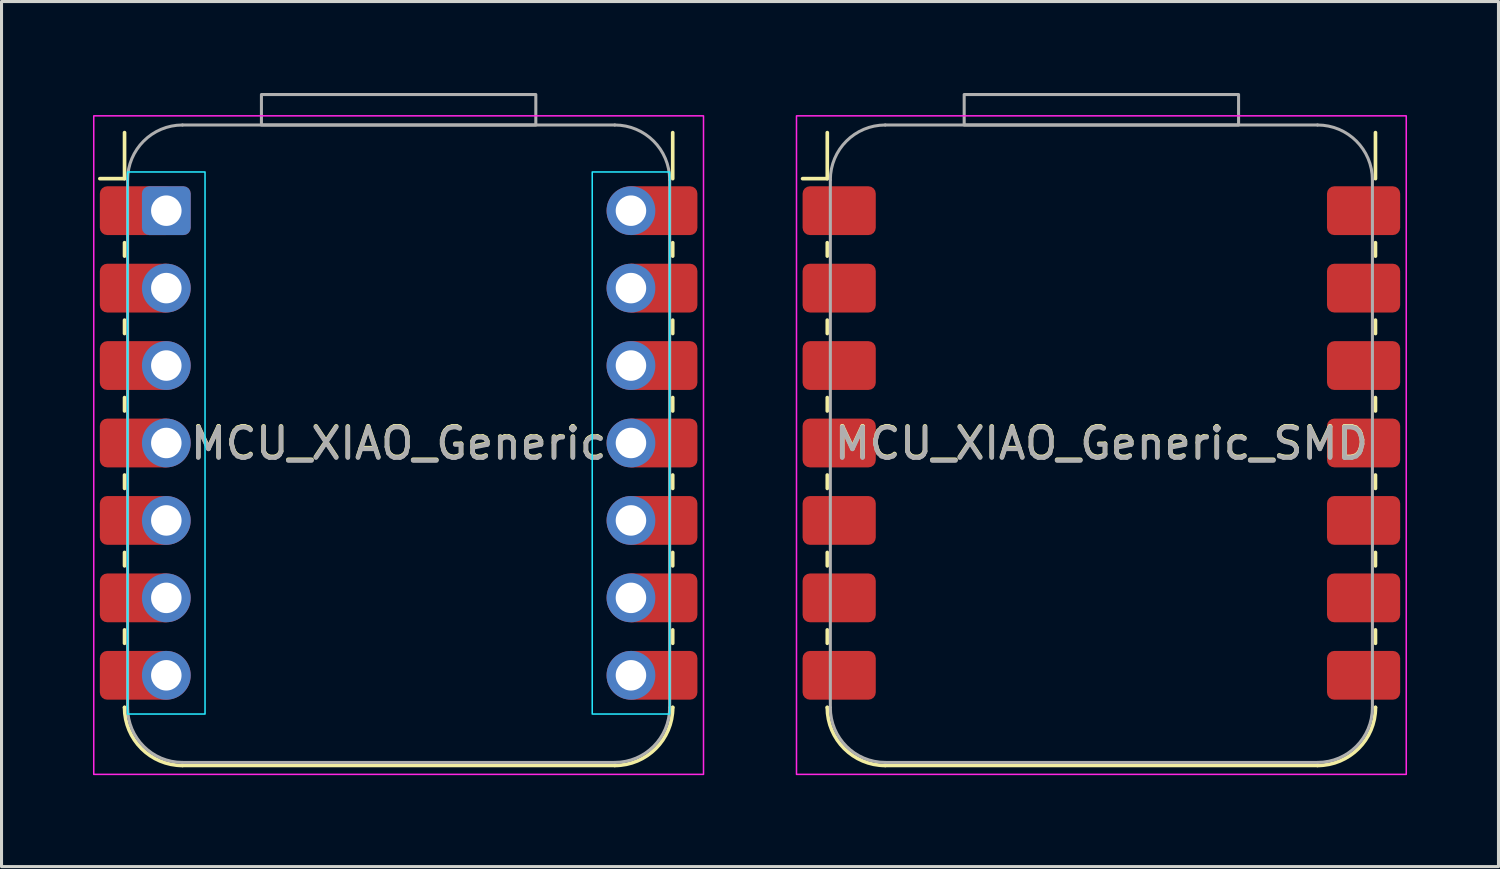
<source format=kicad_pcb>
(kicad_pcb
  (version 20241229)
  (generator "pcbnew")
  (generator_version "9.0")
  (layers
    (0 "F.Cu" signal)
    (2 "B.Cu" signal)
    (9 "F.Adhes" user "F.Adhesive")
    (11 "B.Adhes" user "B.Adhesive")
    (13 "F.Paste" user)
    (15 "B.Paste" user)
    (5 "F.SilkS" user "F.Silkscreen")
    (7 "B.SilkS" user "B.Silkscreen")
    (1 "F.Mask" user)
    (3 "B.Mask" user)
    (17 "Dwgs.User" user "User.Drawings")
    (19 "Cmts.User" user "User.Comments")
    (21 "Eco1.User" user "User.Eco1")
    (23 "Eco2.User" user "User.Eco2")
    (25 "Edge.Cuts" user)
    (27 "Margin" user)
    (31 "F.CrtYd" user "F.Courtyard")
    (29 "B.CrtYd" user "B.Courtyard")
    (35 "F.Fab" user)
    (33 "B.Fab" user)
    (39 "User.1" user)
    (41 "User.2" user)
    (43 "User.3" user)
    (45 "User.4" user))
  (footprint "MCU_XIAO_Generic"
    (layer "F.Cu")
    (at 10.025 3.86)
    (property "Reference" "MCU_XIAO_Generic" (at 0 7.62 0) (layer "F.SilkS") (effects (font (size 1 1) (thickness 0.15))))
    (attr through_hole exclude_from_pos_files exclude_from_bom)
    (fp_line (start -8.99 -1.05) (end -9.8 -1.05) (stroke (width 0.12) (type default)) (layer "F.SilkS"))
    (fp_line (start -8.99 -1.05) (end -8.99 -2.56) (stroke (width 0.12) (type default)) (layer "F.SilkS"))
    (fp_line (start -8.99 1.49) (end -8.99 1.05) (stroke (width 0.12) (type default)) (layer "F.SilkS"))
    (fp_line (start -8.99 4.03) (end -8.99 3.59) (stroke (width 0.12) (type default)) (layer "F.SilkS"))
    (fp_line (start -8.99 6.57) (end -8.99 6.13) (stroke (width 0.12) (type default)) (layer "F.SilkS"))
    (fp_line (start -8.99 9.11) (end -8.99 8.67) (stroke (width 0.12) (type default)) (layer "F.SilkS"))
    (fp_line (start -8.99 11.65) (end -8.99 11.21) (stroke (width 0.12) (type default)) (layer "F.SilkS"))
    (fp_line (start -8.99 13.75) (end -8.99 14.19) (stroke (width 0.12) (type default)) (layer "F.SilkS"))
    (fp_line (start -8.99 16.29) (end -8.99 16.297) (stroke (width 0.12) (type default)) (layer "F.SilkS"))
    (fp_line (start 7.09 18.197) (end -7.09 18.197) (stroke (width 0.12) (type default)) (layer "F.SilkS"))
    (fp_line (start 8.99 -1.05) (end 8.99 -2.56) (stroke (width 0.12) (type default)) (layer "F.SilkS"))
    (fp_line (start 8.99 1.49) (end 8.99 1.05) (stroke (width 0.12) (type default)) (layer "F.SilkS"))
    (fp_line (start 8.99 4.03) (end 8.99 3.59) (stroke (width 0.12) (type default)) (layer "F.SilkS"))
    (fp_line (start 8.99 6.57) (end 8.99 6.13) (stroke (width 0.12) (type default)) (layer "F.SilkS"))
    (fp_line (start 8.99 9.11) (end 8.99 8.67) (stroke (width 0.12) (type default)) (layer "F.SilkS"))
    (fp_line (start 8.99 11.65) (end 8.99 11.21) (stroke (width 0.12) (type default)) (layer "F.SilkS"))
    (fp_line (start 8.99 13.75) (end 8.99 14.19) (stroke (width 0.12) (type default)) (layer "F.SilkS"))
    (fp_line (start 8.99 16.29) (end 8.99 16.297) (stroke (width 0.12) (type default)) (layer "F.SilkS"))
    (fp_arc (start -7.09 18.197499) (mid -8.433503 17.641002) (end -8.99 16.2975) (stroke (width 0.12) (type default)) (layer "F.SilkS"))
    (fp_arc (start 8.989999 16.297499) (mid 8.433502 17.641002) (end 7.09 18.197499) (stroke (width 0.12) (type default)) (layer "F.SilkS"))
    (fp_rect (start -6.35 -1.27) (end -8.89 16.51) (stroke (width 0.05) (type default)) (fill no) (layer "B.CrtYd"))
    (fp_rect (start 8.89 -1.27) (end 6.35 16.51) (stroke (width 0.05) (type default)) (fill no) (layer "B.CrtYd"))
    (fp_rect (start -10 -3.11) (end 10 18.49) (stroke (width 0.05) (type solid)) (fill no) (layer "F.CrtYd"))
    (fp_line (start -8.89 16.297) (end -8.89 -1.01) (stroke (width 0.1) (type default)) (layer "F.Fab"))
    (fp_line (start -7.09 -2.81) (end 7.09 -2.81) (stroke (width 0.1) (type default)) (layer "F.Fab"))
    (fp_line (start 7.09 18.098) (end -7.09 18.098) (stroke (width 0.1) (type default)) (layer "F.Fab"))
    (fp_line (start 8.89 -1.01) (end 8.89 16.297) (stroke (width 0.1) (type default)) (layer "F.Fab"))
    (fp_rect (start -4.5 -3.81) (end 4.5 -2.81) (stroke (width 0.1) (type default)) (fill no) (layer "F.Fab"))
    (fp_arc (start -8.890001 -1.01) (mid -8.362793 -2.282792) (end -7.090001 -2.81) (stroke (width 0.1) (type default)) (layer "F.Fab"))
    (fp_arc (start -7.090001 18.0975) (mid -8.362793 17.570292) (end -8.890001 16.2975) (stroke (width 0.1) (type default)) (layer "F.Fab"))
    (fp_arc (start 7.089999 -2.81) (mid 8.362791 -2.282792) (end 8.889999 -1.01) (stroke (width 0.1) (type default)) (layer "F.Fab"))
    (fp_arc (start 8.889999 16.2975) (mid 8.362791 17.570292) (end 7.089999 18.0975) (stroke (width 0.1) (type default)) (layer "F.Fab"))
    (fp_text user "${REFERENCE}" (at 0 7.644 0) (layer "F.Fab") (effects (font (size 1 1) (thickness 0.15))))
    (pad "1" smd roundrect (at -8.2 0) (size 2.4 1.6) (drill (offset -0.4 0)) (layers "F.Cu" "F.Mask" "F.Paste") (roundrect_rratio 0.15))
    (pad "1" thru_hole roundrect (at -7.62 0 90) (size 1.6 1.6) (drill 1) (layers "*.Cu" "*.Mask") (roundrect_rratio 0.15))
    (pad "2" smd roundrect (at -8.2 2.54) (size 2.4 1.6) (drill (offset -0.4 0)) (layers "F.Cu" "F.Mask" "F.Paste") (roundrect_rratio 0.15))
    (pad "2" thru_hole circle (at -7.62 2.54 90) (size 1.6 1.6) (drill 1) (layers "*.Cu" "*.Mask"))
    (pad "3" smd roundrect (at -8.2 5.08) (size 2.4 1.6) (drill (offset -0.4 0)) (layers "F.Cu" "F.Mask" "F.Paste") (roundrect_rratio 0.15))
    (pad "3" thru_hole circle (at -7.62 5.08 90) (size 1.6 1.6) (drill 1) (layers "*.Cu" "*.Mask"))
    (pad "4" smd roundrect (at -8.2 7.62) (size 2.4 1.6) (drill (offset -0.4 0)) (layers "F.Cu" "F.Mask" "F.Paste") (roundrect_rratio 0.15))
    (pad "4" thru_hole circle (at -7.62 7.62 90) (size 1.6 1.6) (drill 1) (layers "*.Cu" "*.Mask"))
    (pad "5" smd roundrect (at -8.2 10.16) (size 2.4 1.6) (drill (offset -0.4 0)) (layers "F.Cu" "F.Mask" "F.Paste") (roundrect_rratio 0.15))
    (pad "5" thru_hole circle (at -7.62 10.16 90) (size 1.6 1.6) (drill 1) (layers "*.Cu" "*.Mask"))
    (pad "6" smd roundrect (at -8.2 12.7) (size 2.4 1.6) (drill (offset -0.4 0)) (layers "F.Cu" "F.Mask" "F.Paste") (roundrect_rratio 0.15))
    (pad "6" thru_hole circle (at -7.62 12.7 90) (size 1.6 1.6) (drill 1) (layers "*.Cu" "*.Mask"))
    (pad "7" smd roundrect (at -8.2 15.24) (size 2.4 1.6) (drill (offset -0.4 0)) (layers "F.Cu" "F.Mask" "F.Paste") (roundrect_rratio 0.15))
    (pad "7" thru_hole circle (at -7.62 15.24 90) (size 1.6 1.6) (drill 1) (layers "*.Cu" "*.Mask"))
    (pad "8" thru_hole circle (at 7.62 15.24 90) (size 1.6 1.6) (drill 1) (layers "*.Cu" "*.Mask"))
    (pad "8" smd roundrect (at 8.2 15.24) (size 2.4 1.6) (drill (offset 0.4 0)) (layers "F.Cu" "F.Mask" "F.Paste") (roundrect_rratio 0.15))
    (pad "9" thru_hole circle (at 7.62 12.7 90) (size 1.6 1.6) (drill 1) (layers "*.Cu" "*.Mask"))
    (pad "9" smd roundrect (at 8.2 12.7) (size 2.4 1.6) (drill (offset 0.4 0)) (layers "F.Cu" "F.Mask" "F.Paste") (roundrect_rratio 0.15))
    (pad "10" thru_hole circle (at 7.62 10.16 90) (size 1.6 1.6) (drill 1) (layers "*.Cu" "*.Mask"))
    (pad "10" smd roundrect (at 8.2 10.16) (size 2.4 1.6) (drill (offset 0.4 0)) (layers "F.Cu" "F.Mask" "F.Paste") (roundrect_rratio 0.15))
    (pad "11" thru_hole circle (at 7.62 7.62 90) (size 1.6 1.6) (drill 1) (layers "*.Cu" "*.Mask"))
    (pad "11" smd roundrect (at 8.2 7.62) (size 2.4 1.6) (drill (offset 0.4 0)) (layers "F.Cu" "F.Mask" "F.Paste") (roundrect_rratio 0.15))
    (pad "12" thru_hole circle (at 7.62 5.08 90) (size 1.6 1.6) (drill 1) (layers "*.Cu" "*.Mask"))
    (pad "12" smd roundrect (at 8.2 5.08) (size 2.4 1.6) (drill (offset 0.4 0)) (layers "F.Cu" "F.Mask" "F.Paste") (roundrect_rratio 0.15))
    (pad "13" thru_hole circle (at 7.62 2.54 90) (size 1.6 1.6) (drill 1) (layers "*.Cu" "*.Mask"))
    (pad "13" smd roundrect (at 8.2 2.54) (size 2.4 1.6) (drill (offset 0.4 0)) (layers "F.Cu" "F.Mask" "F.Paste") (roundrect_rratio 0.15))
    (pad "14" thru_hole circle (at 7.62 0 90) (size 1.6 1.6) (drill 1) (layers "*.Cu" "*.Mask"))
    (pad "14" smd roundrect (at 8.2 0) (size 2.4 1.6) (drill (offset 0.4 0)) (layers "F.Cu" "F.Mask" "F.Paste") (roundrect_rratio 0.15)))
  (footprint "MCU_XIAO_Generic_SMD"
    (layer "F.Cu")
    (at 33.075 3.86)
    (property "Reference" "MCU_XIAO_Generic_SMD" (at 0 7.62 0) (layer "F.SilkS") (effects (font (size 1 1) (thickness 0.15))))
    (attr smd exclude_from_pos_files exclude_from_bom)
    (fp_line (start -8.99 -1.05) (end -9.8 -1.05) (stroke (width 0.12) (type default)) (layer "F.SilkS"))
    (fp_line (start -8.99 -1.05) (end -8.99 -2.56) (stroke (width 0.12) (type default)) (layer "F.SilkS"))
    (fp_line (start -8.99 1.49) (end -8.99 1.05) (stroke (width 0.12) (type default)) (layer "F.SilkS"))
    (fp_line (start -8.99 4.03) (end -8.99 3.59) (stroke (width 0.12) (type default)) (layer "F.SilkS"))
    (fp_line (start -8.99 6.57) (end -8.99 6.13) (stroke (width 0.12) (type default)) (layer "F.SilkS"))
    (fp_line (start -8.99 9.11) (end -8.99 8.67) (stroke (width 0.12) (type default)) (layer "F.SilkS"))
    (fp_line (start -8.99 11.65) (end -8.99 11.21) (stroke (width 0.12) (type default)) (layer "F.SilkS"))
    (fp_line (start -8.99 13.75) (end -8.99 14.19) (stroke (width 0.12) (type default)) (layer "F.SilkS"))
    (fp_line (start -8.99 16.29) (end -8.99 16.297) (stroke (width 0.12) (type default)) (layer "F.SilkS"))
    (fp_line (start 7.09 18.197) (end -7.09 18.197) (stroke (width 0.12) (type default)) (layer "F.SilkS"))
    (fp_line (start 8.99 -1.05) (end 8.99 -2.56) (stroke (width 0.12) (type default)) (layer "F.SilkS"))
    (fp_line (start 8.99 1.49) (end 8.99 1.05) (stroke (width 0.12) (type default)) (layer "F.SilkS"))
    (fp_line (start 8.99 4.03) (end 8.99 3.59) (stroke (width 0.12) (type default)) (layer "F.SilkS"))
    (fp_line (start 8.99 6.57) (end 8.99 6.13) (stroke (width 0.12) (type default)) (layer "F.SilkS"))
    (fp_line (start 8.99 9.11) (end 8.99 8.67) (stroke (width 0.12) (type default)) (layer "F.SilkS"))
    (fp_line (start 8.99 11.65) (end 8.99 11.21) (stroke (width 0.12) (type default)) (layer "F.SilkS"))
    (fp_line (start 8.99 13.75) (end 8.99 14.19) (stroke (width 0.12) (type default)) (layer "F.SilkS"))
    (fp_line (start 8.99 16.29) (end 8.99 16.297) (stroke (width 0.12) (type default)) (layer "F.SilkS"))
    (fp_arc (start -7.09 18.197499) (mid -8.433503 17.641002) (end -8.99 16.2975) (stroke (width 0.12) (type default)) (layer "F.SilkS"))
    (fp_arc (start 8.989999 16.297499) (mid 8.433502 17.641002) (end 7.09 18.197499) (stroke (width 0.12) (type default)) (layer "F.SilkS"))
    (fp_rect (start -10 -3.11) (end 10 18.49) (stroke (width 0.05) (type solid)) (fill no) (layer "F.CrtYd"))
    (fp_line (start -8.89 16.297) (end -8.89 -1.01) (stroke (width 0.1) (type default)) (layer "F.Fab"))
    (fp_line (start -7.09 -2.81) (end 7.09 -2.81) (stroke (width 0.1) (type default)) (layer "F.Fab"))
    (fp_line (start 7.09 18.098) (end -7.09 18.098) (stroke (width 0.1) (type default)) (layer "F.Fab"))
    (fp_line (start 8.89 -1.01) (end 8.89 16.297) (stroke (width 0.1) (type default)) (layer "F.Fab"))
    (fp_rect (start -4.5 -3.81) (end 4.5 -2.81) (stroke (width 0.1) (type default)) (fill no) (layer "F.Fab"))
    (fp_arc (start -8.890001 -1.01) (mid -8.362793 -2.282792) (end -7.090001 -2.81) (stroke (width 0.1) (type default)) (layer "F.Fab"))
    (fp_arc (start -7.090001 18.0975) (mid -8.362793 17.570292) (end -8.890001 16.2975) (stroke (width 0.1) (type default)) (layer "F.Fab"))
    (fp_arc (start 7.089999 -2.81) (mid 8.362791 -2.282792) (end 8.889999 -1.01) (stroke (width 0.1) (type default)) (layer "F.Fab"))
    (fp_arc (start 8.889999 16.2975) (mid 8.362791 17.570292) (end 7.089999 18.0975) (stroke (width 0.1) (type default)) (layer "F.Fab"))
    (fp_text user "${REFERENCE}" (at 0 7.644 0) (layer "F.Fab") (effects (font (size 1 1) (thickness 0.15))))
    (pad "1" smd roundrect (at -8.2 0) (size 2.4 1.6) (drill (offset -0.4 0)) (layers "F.Cu" "F.Mask" "F.Paste") (roundrect_rratio 0.15))
    (pad "2" smd roundrect (at -8.2 2.54) (size 2.4 1.6) (drill (offset -0.4 0)) (layers "F.Cu" "F.Mask" "F.Paste") (roundrect_rratio 0.15))
    (pad "3" smd roundrect (at -8.2 5.08) (size 2.4 1.6) (drill (offset -0.4 0)) (layers "F.Cu" "F.Mask" "F.Paste") (roundrect_rratio 0.15))
    (pad "4" smd roundrect (at -8.2 7.62) (size 2.4 1.6) (drill (offset -0.4 0)) (layers "F.Cu" "F.Mask" "F.Paste") (roundrect_rratio 0.15))
    (pad "5" smd roundrect (at -8.2 10.16) (size 2.4 1.6) (drill (offset -0.4 0)) (layers "F.Cu" "F.Mask" "F.Paste") (roundrect_rratio 0.15))
    (pad "6" smd roundrect (at -8.2 12.7) (size 2.4 1.6) (drill (offset -0.4 0)) (layers "F.Cu" "F.Mask" "F.Paste") (roundrect_rratio 0.15))
    (pad "7" smd roundrect (at -8.2 15.24) (size 2.4 1.6) (drill (offset -0.4 0)) (layers "F.Cu" "F.Mask" "F.Paste") (roundrect_rratio 0.15))
    (pad "8" smd roundrect (at 8.2 15.24) (size 2.4 1.6) (drill (offset 0.4 0)) (layers "F.Cu" "F.Mask" "F.Paste") (roundrect_rratio 0.15))
    (pad "9" smd roundrect (at 8.2 12.7) (size 2.4 1.6) (drill (offset 0.4 0)) (layers "F.Cu" "F.Mask" "F.Paste") (roundrect_rratio 0.15))
    (pad "10" smd roundrect (at 8.2 10.16) (size 2.4 1.6) (drill (offset 0.4 0)) (layers "F.Cu" "F.Mask" "F.Paste") (roundrect_rratio 0.15))
    (pad "11" smd roundrect (at 8.2 7.62) (size 2.4 1.6) (drill (offset 0.4 0)) (layers "F.Cu" "F.Mask" "F.Paste") (roundrect_rratio 0.15))
    (pad "12" smd roundrect (at 8.2 5.08) (size 2.4 1.6) (drill (offset 0.4 0)) (layers "F.Cu" "F.Mask" "F.Paste") (roundrect_rratio 0.15))
    (pad "13" smd roundrect (at 8.2 2.54) (size 2.4 1.6) (drill (offset 0.4 0)) (layers "F.Cu" "F.Mask" "F.Paste") (roundrect_rratio 0.15))
    (pad "14" smd roundrect (at 8.2 0) (size 2.4 1.6) (drill (offset 0.4 0)) (layers "F.Cu" "F.Mask" "F.Paste") (roundrect_rratio 0.15)))
  (gr_rect
    (start -3 -3)
    (end 46.1 25.375)
    (stroke (width 0.1) (type default))
    (fill no)
    (layer "Edge.Cuts")))
</source>
